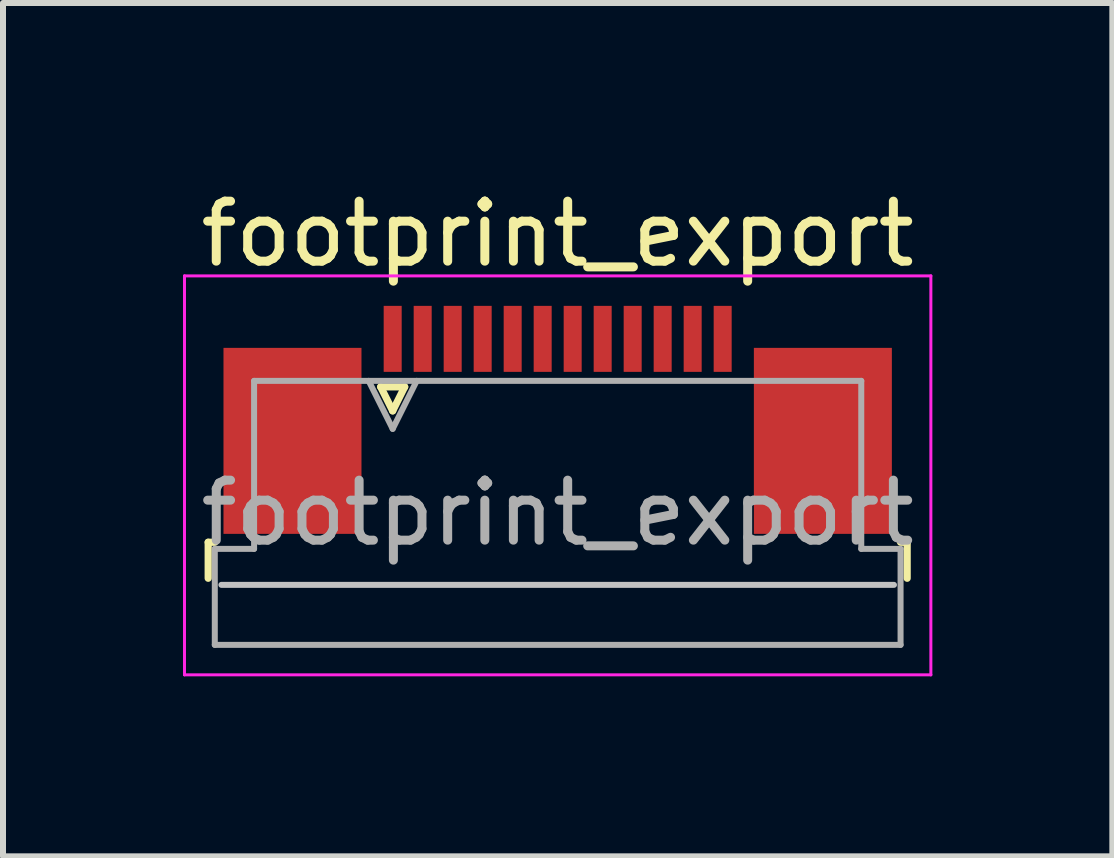
<source format=kicad_pcb>
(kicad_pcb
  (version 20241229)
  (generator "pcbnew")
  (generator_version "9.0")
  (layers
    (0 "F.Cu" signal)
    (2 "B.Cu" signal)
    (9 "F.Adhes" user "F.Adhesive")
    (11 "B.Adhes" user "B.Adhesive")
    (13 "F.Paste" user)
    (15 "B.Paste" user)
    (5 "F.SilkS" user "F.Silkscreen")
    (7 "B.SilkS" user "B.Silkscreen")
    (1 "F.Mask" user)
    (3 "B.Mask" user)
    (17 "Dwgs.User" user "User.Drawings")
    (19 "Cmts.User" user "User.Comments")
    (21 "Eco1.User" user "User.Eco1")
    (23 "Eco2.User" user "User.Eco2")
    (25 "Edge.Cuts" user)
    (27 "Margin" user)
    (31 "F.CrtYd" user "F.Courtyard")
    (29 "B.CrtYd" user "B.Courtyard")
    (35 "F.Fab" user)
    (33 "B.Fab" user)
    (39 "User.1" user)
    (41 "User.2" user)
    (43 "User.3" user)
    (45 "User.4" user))
  (footprint "footprint_export"
    (layer "F.Cu")
    (at 6.245 3.948)
    (property "Reference" "footprint_export" (at 0 -3.1 0) (layer "F.SilkS") (effects (font (size 1 1) (thickness 0.15))))
    (attr smd)
    (fp_line (start -5.825 2.04) (end -5.825 2.64) (stroke (width 0.12) (type solid)) (layer "F.SilkS"))
    (fp_line (start -5.715 2.04) (end -5.825 2.04) (stroke (width 0.12) (type solid)) (layer "F.SilkS"))
    (fp_line (start -2.95 -0.55) (end -2.75 -0.15) (stroke (width 0.12) (type solid)) (layer "F.SilkS"))
    (fp_line (start -2.75 -0.15) (end -2.55 -0.55) (stroke (width 0.12) (type solid)) (layer "F.SilkS"))
    (fp_line (start -2.55 -0.55) (end -2.95 -0.55) (stroke (width 0.12) (type solid)) (layer "F.SilkS"))
    (fp_line (start 5.715 2.04) (end 5.825 2.04) (stroke (width 0.12) (type solid)) (layer "F.SilkS"))
    (fp_line (start 5.825 2.04) (end 5.825 2.64) (stroke (width 0.12) (type solid)) (layer "F.SilkS"))
    (fp_line (start 5.605 2.75) (end -5.605 2.75) (stroke (width 0.1) (type solid)) (layer "Dwgs.User"))
    (fp_line (start -6.22 -2.4) (end -6.22 4.25) (stroke (width 0.05) (type solid)) (layer "F.CrtYd"))
    (fp_line (start -6.22 4.25) (end 6.22 4.25) (stroke (width 0.05) (type solid)) (layer "F.CrtYd"))
    (fp_line (start 6.22 -2.4) (end -6.22 -2.4) (stroke (width 0.05) (type solid)) (layer "F.CrtYd"))
    (fp_line (start 6.22 4.25) (end 6.22 -2.4) (stroke (width 0.05) (type solid)) (layer "F.CrtYd"))
    (fp_line (start -5.715 2.15) (end -5.06 2.15) (stroke (width 0.1) (type solid)) (layer "F.Fab"))
    (fp_line (start -5.715 3.75) (end -5.715 2.15) (stroke (width 0.1) (type solid)) (layer "F.Fab"))
    (fp_line (start -5.06 -0.65) (end 5.06 -0.65) (stroke (width 0.1) (type solid)) (layer "F.Fab"))
    (fp_line (start -5.06 2.15) (end -5.06 -0.65) (stroke (width 0.1) (type solid)) (layer "F.Fab"))
    (fp_line (start -3.15 -0.65) (end -2.75 0.15) (stroke (width 0.1) (type solid)) (layer "F.Fab"))
    (fp_line (start -2.75 0.15) (end -2.35 -0.65) (stroke (width 0.1) (type solid)) (layer "F.Fab"))
    (fp_line (start 5.06 -0.65) (end 5.06 2.15) (stroke (width 0.1) (type solid)) (layer "F.Fab"))
    (fp_line (start 5.06 2.15) (end 5.715 2.15) (stroke (width 0.1) (type solid)) (layer "F.Fab"))
    (fp_line (start 5.715 2.15) (end 5.715 3.75) (stroke (width 0.1) (type solid)) (layer "F.Fab"))
    (fp_line (start 5.715 3.75) (end -5.715 3.75) (stroke (width 0.1) (type solid)) (layer "F.Fab"))
    (fp_text user "${REFERENCE}" (at 0 1.55 0) (layer "F.Fab") (effects (font (size 1 1) (thickness 0.15))))
    (pad "1" smd rect (at -2.75 -1.35) (size 0.3 1.1) (layers "F.Cu" "F.Mask" "F.Paste"))
    (pad "2" smd rect (at -2.25 -1.35) (size 0.3 1.1) (layers "F.Cu" "F.Mask" "F.Paste"))
    (pad "3" smd rect (at -1.75 -1.35) (size 0.3 1.1) (layers "F.Cu" "F.Mask" "F.Paste"))
    (pad "4" smd rect (at -1.25 -1.35) (size 0.3 1.1) (layers "F.Cu" "F.Mask" "F.Paste"))
    (pad "5" smd rect (at -0.75 -1.35) (size 0.3 1.1) (layers "F.Cu" "F.Mask" "F.Paste"))
    (pad "6" smd rect (at -0.25 -1.35) (size 0.3 1.1) (layers "F.Cu" "F.Mask" "F.Paste"))
    (pad "7" smd rect (at 0.25 -1.35) (size 0.3 1.1) (layers "F.Cu" "F.Mask" "F.Paste"))
    (pad "8" smd rect (at 0.75 -1.35) (size 0.3 1.1) (layers "F.Cu" "F.Mask" "F.Paste"))
    (pad "9" smd rect (at 1.25 -1.35) (size 0.3 1.1) (layers "F.Cu" "F.Mask" "F.Paste"))
    (pad "10" smd rect (at 1.75 -1.35) (size 0.3 1.1) (layers "F.Cu" "F.Mask" "F.Paste"))
    (pad "11" smd rect (at 2.25 -1.35) (size 0.3 1.1) (layers "F.Cu" "F.Mask" "F.Paste"))
    (pad "12" smd rect (at 2.75 -1.35) (size 0.3 1.1) (layers "F.Cu" "F.Mask" "F.Paste"))
    (pad "MP" smd rect (at -4.42 0.35) (size 2.3 3.1) (layers "F.Cu" "F.Mask" "F.Paste"))
    (pad "MP" smd rect (at 4.42 0.35) (size 2.3 3.1) (layers "F.Cu" "F.Mask" "F.Paste")))
  (gr_rect
    (start -3 -3)
    (end 15.49 11.223)
    (stroke (width 0.1) (type default))
    (fill no)
    (layer "Edge.Cuts")))
</source>
